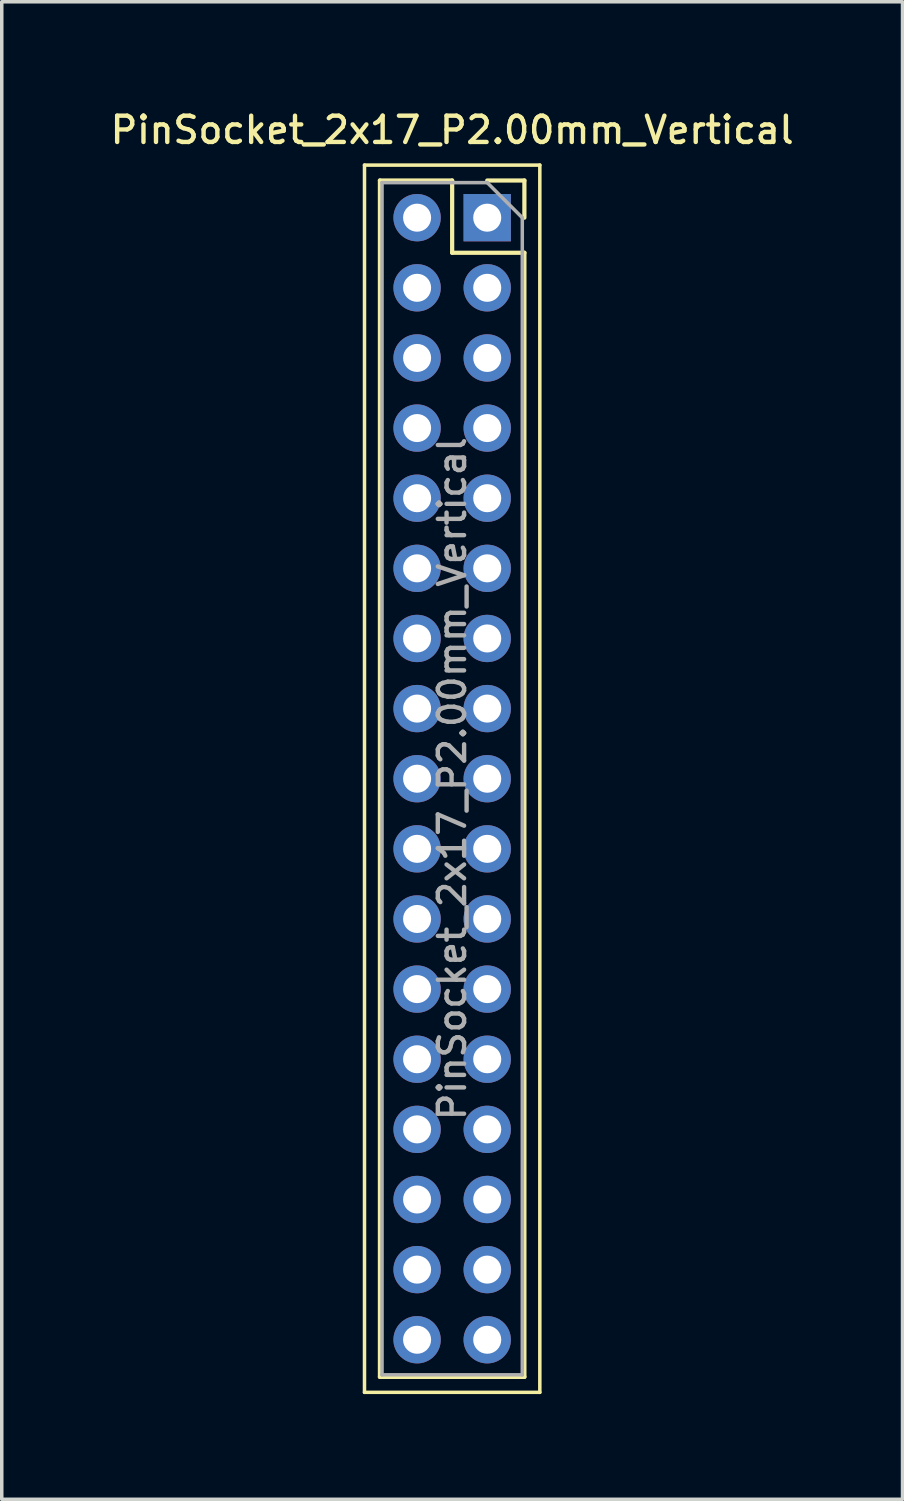
<source format=kicad_pcb>
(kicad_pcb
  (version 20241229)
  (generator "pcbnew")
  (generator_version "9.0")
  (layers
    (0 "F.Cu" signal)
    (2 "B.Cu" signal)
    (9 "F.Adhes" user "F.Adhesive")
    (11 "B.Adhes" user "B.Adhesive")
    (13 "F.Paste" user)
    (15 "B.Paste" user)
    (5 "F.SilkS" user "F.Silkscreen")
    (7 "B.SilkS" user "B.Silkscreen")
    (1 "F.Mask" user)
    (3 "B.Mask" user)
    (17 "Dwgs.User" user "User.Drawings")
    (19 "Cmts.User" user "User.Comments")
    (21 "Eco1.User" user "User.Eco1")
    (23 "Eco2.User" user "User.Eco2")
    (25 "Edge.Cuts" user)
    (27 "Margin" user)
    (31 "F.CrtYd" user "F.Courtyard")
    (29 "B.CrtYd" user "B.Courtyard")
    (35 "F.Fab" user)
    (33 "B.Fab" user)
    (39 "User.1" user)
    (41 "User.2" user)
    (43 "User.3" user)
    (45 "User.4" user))
  (footprint "PinSocket_2x17_P2.00mm_Vertical"
    (layer "F.Cu")
    (at 10.845 3.158)
    (property "Reference" "PinSocket_2x17_P2.00mm_Vertical" (at -1 -2.5 0) (layer "F.SilkS") (effects (font (size 0.75 0.75) (thickness 0.125))))
    (attr through_hole)
    (fp_line (start -3.5 -1.5) (end 1.5 -1.5) (stroke (width 0.1) (type solid)) (layer "F.SilkS"))
    (fp_line (start -3.5 33.5) (end -3.5 -1.5) (stroke (width 0.1) (type solid)) (layer "F.SilkS"))
    (fp_line (start -3.06 -1.06) (end -3.06 33.06) (stroke (width 0.12) (type solid)) (layer "F.SilkS"))
    (fp_line (start -3.06 -1.06) (end -1 -1.06) (stroke (width 0.12) (type solid)) (layer "F.SilkS"))
    (fp_line (start -3.06 33.06) (end 1.06 33.06) (stroke (width 0.12) (type solid)) (layer "F.SilkS"))
    (fp_line (start -1 -1.06) (end -1 1) (stroke (width 0.12) (type solid)) (layer "F.SilkS"))
    (fp_line (start -1 1) (end 1.06 1) (stroke (width 0.12) (type solid)) (layer "F.SilkS"))
    (fp_line (start 0 -1.06) (end 1.06 -1.06) (stroke (width 0.12) (type solid)) (layer "F.SilkS"))
    (fp_line (start 1.06 -1.06) (end 1.06 0) (stroke (width 0.12) (type solid)) (layer "F.SilkS"))
    (fp_line (start 1.06 1) (end 1.06 33.06) (stroke (width 0.12) (type solid)) (layer "F.SilkS"))
    (fp_line (start 1.5 -1.5) (end 1.5 33.5) (stroke (width 0.1) (type solid)) (layer "F.SilkS"))
    (fp_line (start 1.5 33.5) (end -3.5 33.5) (stroke (width 0.1) (type solid)) (layer "F.SilkS"))
    (fp_line (start -3 -1) (end 0 -1) (stroke (width 0.1) (type solid)) (layer "F.Fab"))
    (fp_line (start -3 33) (end -3 -1) (stroke (width 0.1) (type solid)) (layer "F.Fab"))
    (fp_line (start 0 -1) (end 1 0) (stroke (width 0.1) (type solid)) (layer "F.Fab"))
    (fp_line (start 1 0) (end 1 33) (stroke (width 0.1) (type solid)) (layer "F.Fab"))
    (fp_line (start 1 33) (end -3 33) (stroke (width 0.1) (type solid)) (layer "F.Fab"))
    (fp_text user "${REFERENCE}" (at -1 16 90) (layer "F.Fab") (effects (font (size 0.75 0.75) (thickness 0.125))))
    (pad "1" thru_hole rect (at 0 0) (size 1.35 1.35) (drill 0.8) (layers "*.Cu" "*.Mask"))
    (pad "2" thru_hole oval (at -2 0) (size 1.35 1.35) (drill 0.8) (layers "*.Cu" "*.Mask"))
    (pad "3" thru_hole oval (at 0 2) (size 1.35 1.35) (drill 0.8) (layers "*.Cu" "*.Mask"))
    (pad "4" thru_hole oval (at -2 2) (size 1.35 1.35) (drill 0.8) (layers "*.Cu" "*.Mask"))
    (pad "5" thru_hole oval (at 0 4) (size 1.35 1.35) (drill 0.8) (layers "*.Cu" "*.Mask"))
    (pad "6" thru_hole oval (at -2 4) (size 1.35 1.35) (drill 0.8) (layers "*.Cu" "*.Mask"))
    (pad "7" thru_hole oval (at 0 6) (size 1.35 1.35) (drill 0.8) (layers "*.Cu" "*.Mask"))
    (pad "8" thru_hole oval (at -2 6) (size 1.35 1.35) (drill 0.8) (layers "*.Cu" "*.Mask"))
    (pad "9" thru_hole oval (at 0 8) (size 1.35 1.35) (drill 0.8) (layers "*.Cu" "*.Mask"))
    (pad "10" thru_hole oval (at -2 8) (size 1.35 1.35) (drill 0.8) (layers "*.Cu" "*.Mask"))
    (pad "11" thru_hole oval (at 0 10) (size 1.35 1.35) (drill 0.8) (layers "*.Cu" "*.Mask"))
    (pad "12" thru_hole oval (at -2 10) (size 1.35 1.35) (drill 0.8) (layers "*.Cu" "*.Mask"))
    (pad "13" thru_hole oval (at 0 12) (size 1.35 1.35) (drill 0.8) (layers "*.Cu" "*.Mask"))
    (pad "14" thru_hole oval (at -2 12) (size 1.35 1.35) (drill 0.8) (layers "*.Cu" "*.Mask"))
    (pad "15" thru_hole oval (at 0 14) (size 1.35 1.35) (drill 0.8) (layers "*.Cu" "*.Mask"))
    (pad "16" thru_hole oval (at -2 14) (size 1.35 1.35) (drill 0.8) (layers "*.Cu" "*.Mask"))
    (pad "17" thru_hole oval (at 0 16) (size 1.35 1.35) (drill 0.8) (layers "*.Cu" "*.Mask"))
    (pad "18" thru_hole oval (at -2 16) (size 1.35 1.35) (drill 0.8) (layers "*.Cu" "*.Mask"))
    (pad "19" thru_hole oval (at 0 18) (size 1.35 1.35) (drill 0.8) (layers "*.Cu" "*.Mask"))
    (pad "20" thru_hole oval (at -2 18) (size 1.35 1.35) (drill 0.8) (layers "*.Cu" "*.Mask"))
    (pad "21" thru_hole oval (at 0 20) (size 1.35 1.35) (drill 0.8) (layers "*.Cu" "*.Mask"))
    (pad "22" thru_hole oval (at -2 20) (size 1.35 1.35) (drill 0.8) (layers "*.Cu" "*.Mask"))
    (pad "23" thru_hole oval (at 0 22) (size 1.35 1.35) (drill 0.8) (layers "*.Cu" "*.Mask"))
    (pad "24" thru_hole oval (at -2 22) (size 1.35 1.35) (drill 0.8) (layers "*.Cu" "*.Mask"))
    (pad "25" thru_hole oval (at 0 24) (size 1.35 1.35) (drill 0.8) (layers "*.Cu" "*.Mask"))
    (pad "26" thru_hole oval (at -2 24) (size 1.35 1.35) (drill 0.8) (layers "*.Cu" "*.Mask"))
    (pad "27" thru_hole oval (at 0 26) (size 1.35 1.35) (drill 0.8) (layers "*.Cu" "*.Mask"))
    (pad "28" thru_hole oval (at -2 26) (size 1.35 1.35) (drill 0.8) (layers "*.Cu" "*.Mask"))
    (pad "29" thru_hole oval (at 0 28) (size 1.35 1.35) (drill 0.8) (layers "*.Cu" "*.Mask"))
    (pad "30" thru_hole oval (at -2 28) (size 1.35 1.35) (drill 0.8) (layers "*.Cu" "*.Mask"))
    (pad "31" thru_hole oval (at 0 30) (size 1.35 1.35) (drill 0.8) (layers "*.Cu" "*.Mask"))
    (pad "32" thru_hole oval (at -2 30) (size 1.35 1.35) (drill 0.8) (layers "*.Cu" "*.Mask"))
    (pad "33" thru_hole oval (at 0 32) (size 1.35 1.35) (drill 0.8) (layers "*.Cu" "*.Mask"))
    (pad "34" thru_hole oval (at -2 32) (size 1.35 1.35) (drill 0.8) (layers "*.Cu" "*.Mask")))
  (gr_rect
    (start -3 -3)
    (end 22.689 39.708)
    (stroke (width 0.1) (type default))
    (fill no)
    (layer "Edge.Cuts")))
</source>
